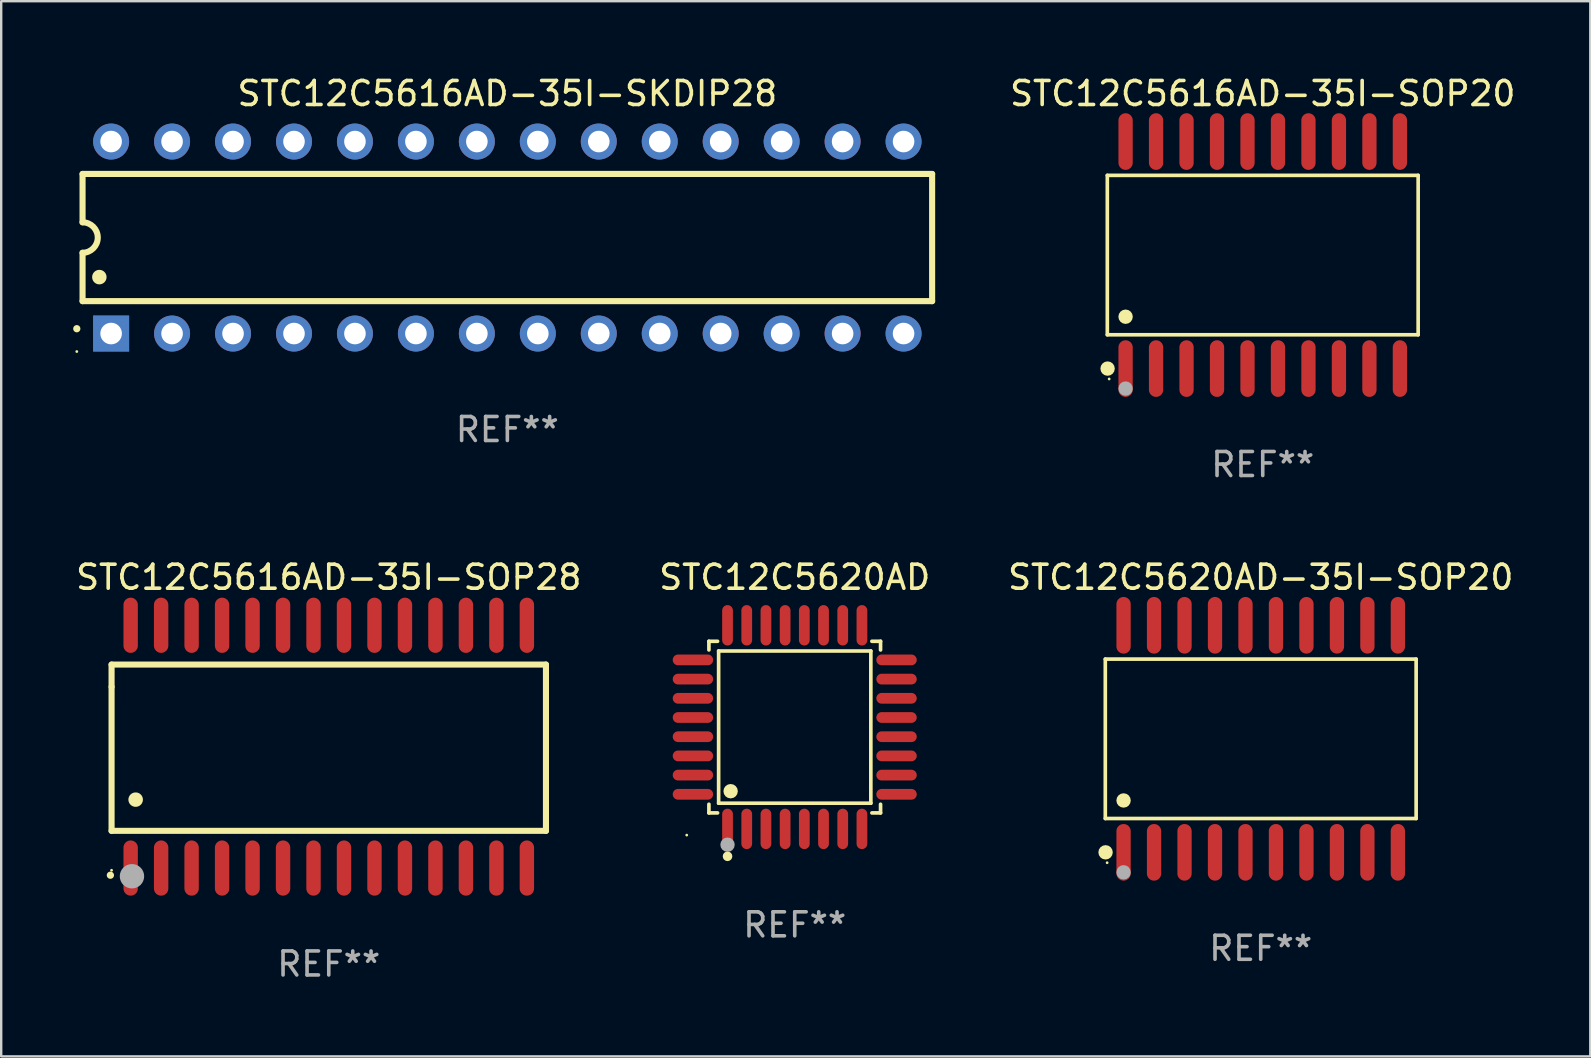
<source format=kicad_pcb>
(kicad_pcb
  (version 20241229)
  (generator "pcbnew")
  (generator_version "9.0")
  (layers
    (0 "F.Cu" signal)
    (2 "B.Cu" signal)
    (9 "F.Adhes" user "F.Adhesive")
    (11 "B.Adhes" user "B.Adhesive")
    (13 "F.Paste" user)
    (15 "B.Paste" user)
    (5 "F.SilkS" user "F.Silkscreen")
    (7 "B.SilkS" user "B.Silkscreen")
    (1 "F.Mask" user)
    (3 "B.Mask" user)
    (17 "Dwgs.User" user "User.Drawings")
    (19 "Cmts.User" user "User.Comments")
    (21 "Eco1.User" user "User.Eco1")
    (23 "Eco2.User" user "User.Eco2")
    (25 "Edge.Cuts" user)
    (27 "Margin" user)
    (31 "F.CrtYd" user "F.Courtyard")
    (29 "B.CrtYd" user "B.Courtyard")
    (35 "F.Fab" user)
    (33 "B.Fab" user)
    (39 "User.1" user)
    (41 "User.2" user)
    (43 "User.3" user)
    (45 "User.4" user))
  (footprint "STC12C5616AD-35I-SKDIP28"
    (layer "F.Cu")
    (at 18.09 6.848)
    (property "Reference" "STC12C5616AD-35I-SKDIP28" (at 0 -6 0) (layer "F.SilkS") (effects (font (size 1 1) (thickness 0.15))))
    (attr through_hole)
    (fp_line (start -17.7 -2.65) (end 17.7 -2.65) (stroke (width 0.254) (type solid)) (layer "F.SilkS"))
    (fp_line (start -17.7 -0.635) (end -17.7 -2.65) (stroke (width 0.254) (type solid)) (layer "F.SilkS"))
    (fp_line (start -17.7 2.65) (end -17.7 0.635) (stroke (width 0.254) (type solid)) (layer "F.SilkS"))
    (fp_line (start 17.7 -2.65) (end 17.7 2.65) (stroke (width 0.254) (type solid)) (layer "F.SilkS"))
    (fp_line (start 17.7 2.65) (end -17.7 2.65) (stroke (width 0.254) (type solid)) (layer "F.SilkS"))
    (fp_arc (start -17.940056 3.799848) (mid -17.940061 3.798578) (end -17.940056 3.797308) (stroke (width 0.3) (type solid)) (layer "F.SilkS"))
    (fp_arc (start -17.701295 -0.635001) (mid -17.066294 0) (end -17.701295 0.635001) (stroke (width 0.254001) (type solid)) (layer "F.SilkS"))
    (fp_arc (start -17.000254 1.651003) (mid -17.000265 1.648463) (end -17.000254 1.645923) (stroke (width 0.6) (type solid)) (layer "F.SilkS"))
    (fp_circle (center -17.94 4.75) (end -17.91 4.75) (stroke (width 0.06) (type solid)) (fill no) (layer "F.SilkS"))
    (fp_text user "REF**" (at 0 8 0) (layer "F.Fab") (effects (font (size 1 1) (thickness 0.15))))
    (pad "1" thru_hole rect (at -16.51 4 90) (size 1.5 1.5) (drill 0.9) (layers "*.Cu" "*.Mask"))
    (pad "2" thru_hole circle (at -13.97 4) (size 1.5 1.5) (drill 0.9) (layers "*.Cu" "*.Mask"))
    (pad "3" thru_hole circle (at -11.43 4) (size 1.5 1.5) (drill 0.9) (layers "*.Cu" "*.Mask"))
    (pad "4" thru_hole circle (at -8.89 4) (size 1.5 1.5) (drill 0.9) (layers "*.Cu" "*.Mask"))
    (pad "5" thru_hole circle (at -6.35 4) (size 1.5 1.5) (drill 0.9) (layers "*.Cu" "*.Mask"))
    (pad "6" thru_hole circle (at -3.81 4) (size 1.5 1.5) (drill 0.9) (layers "*.Cu" "*.Mask"))
    (pad "7" thru_hole circle (at -1.27 4) (size 1.5 1.5) (drill 0.9) (layers "*.Cu" "*.Mask"))
    (pad "8" thru_hole circle (at 1.27 4) (size 1.5 1.5) (drill 0.9) (layers "*.Cu" "*.Mask"))
    (pad "9" thru_hole circle (at 3.81 4) (size 1.5 1.5) (drill 0.9) (layers "*.Cu" "*.Mask"))
    (pad "10" thru_hole circle (at 6.35 4) (size 1.5 1.5) (drill 0.9) (layers "*.Cu" "*.Mask"))
    (pad "11" thru_hole circle (at 8.89 4) (size 1.5 1.5) (drill 0.9) (layers "*.Cu" "*.Mask"))
    (pad "12" thru_hole circle (at 11.43 4) (size 1.5 1.5) (drill 0.9) (layers "*.Cu" "*.Mask"))
    (pad "13" thru_hole circle (at 13.97 4) (size 1.5 1.5) (drill 0.9) (layers "*.Cu" "*.Mask"))
    (pad "14" thru_hole circle (at 16.51 4) (size 1.5 1.5) (drill 0.9) (layers "*.Cu" "*.Mask"))
    (pad "15" thru_hole circle (at 16.51 -4) (size 1.5 1.5) (drill 0.9) (layers "*.Cu" "*.Mask"))
    (pad "16" thru_hole circle (at 13.97 -4) (size 1.5 1.5) (drill 0.9) (layers "*.Cu" "*.Mask"))
    (pad "17" thru_hole circle (at 11.43 -4) (size 1.5 1.5) (drill 0.9) (layers "*.Cu" "*.Mask"))
    (pad "18" thru_hole circle (at 8.89 -4) (size 1.5 1.5) (drill 0.9) (layers "*.Cu" "*.Mask"))
    (pad "19" thru_hole circle (at 6.35 -4) (size 1.5 1.5) (drill 0.9) (layers "*.Cu" "*.Mask"))
    (pad "20" thru_hole circle (at 3.81 -4) (size 1.5 1.5) (drill 0.9) (layers "*.Cu" "*.Mask"))
    (pad "21" thru_hole circle (at 1.27 -4) (size 1.5 1.5) (drill 0.9) (layers "*.Cu" "*.Mask"))
    (pad "22" thru_hole circle (at -1.27 -4) (size 1.5 1.5) (drill 0.9) (layers "*.Cu" "*.Mask"))
    (pad "23" thru_hole circle (at -3.81 -4) (size 1.5 1.5) (drill 0.9) (layers "*.Cu" "*.Mask"))
    (pad "24" thru_hole circle (at -6.35 -4) (size 1.5 1.5) (drill 0.9) (layers "*.Cu" "*.Mask"))
    (pad "25" thru_hole circle (at -8.89 -4) (size 1.5 1.5) (drill 0.9) (layers "*.Cu" "*.Mask"))
    (pad "26" thru_hole circle (at -11.43 -4) (size 1.5 1.5) (drill 0.9) (layers "*.Cu" "*.Mask"))
    (pad "27" thru_hole circle (at -13.97 -4) (size 1.5 1.5) (drill 0.9) (layers "*.Cu" "*.Mask"))
    (pad "28" thru_hole circle (at -16.51 -4) (size 1.5 1.5) (drill 0.9) (layers "*.Cu" "*.Mask")))
  (footprint "STC12C5620AD"
    (layer "F.Cu")
    (at 30.065 27.247)
    (property "Reference" "STC12C5620AD" (at 0 -6.242 0) (layer "F.SilkS") (effects (font (size 1 1) (thickness 0.15))))
    (attr through_hole)
    (fp_line (start -3.576 -3.576) (end -3.215 -3.576) (stroke (width 0.152) (type solid)) (layer "F.SilkS"))
    (fp_line (start -3.576 -3.215) (end -3.576 -3.576) (stroke (width 0.152) (type solid)) (layer "F.SilkS"))
    (fp_line (start -3.576 3.215) (end -3.576 3.576) (stroke (width 0.152) (type solid)) (layer "F.SilkS"))
    (fp_line (start -3.576 3.576) (end -3.215 3.576) (stroke (width 0.152) (type solid)) (layer "F.SilkS"))
    (fp_line (start -3.171 -3.171) (end 3.171 -3.171) (stroke (width 0.152) (type solid)) (layer "F.SilkS"))
    (fp_line (start -3.171 3.171) (end -3.171 -3.171) (stroke (width 0.152) (type solid)) (layer "F.SilkS"))
    (fp_line (start 3.171 -3.171) (end 3.171 3.171) (stroke (width 0.152) (type solid)) (layer "F.SilkS"))
    (fp_line (start 3.171 3.171) (end -3.171 3.171) (stroke (width 0.152) (type solid)) (layer "F.SilkS"))
    (fp_line (start 3.576 -3.576) (end 3.215 -3.576) (stroke (width 0.152) (type solid)) (layer "F.SilkS"))
    (fp_line (start 3.576 -3.215) (end 3.576 -3.576) (stroke (width 0.152) (type solid)) (layer "F.SilkS"))
    (fp_line (start 3.576 3.215) (end 3.576 3.576) (stroke (width 0.152) (type solid)) (layer "F.SilkS"))
    (fp_line (start 3.576 3.576) (end 3.215 3.576) (stroke (width 0.152) (type solid)) (layer "F.SilkS"))
    (fp_circle (center -4.5 4.5) (end -4.47 4.5) (stroke (width 0.06) (type solid)) (fill no) (layer "F.SilkS"))
    (fp_circle (center -2.8 5.384) (end -2.7 5.384) (stroke (width 0.2) (type solid)) (fill no) (layer "F.SilkS"))
    (fp_circle (center -2.671 2.671) (end -2.521 2.671) (stroke (width 0.3) (type solid)) (fill no) (layer "F.SilkS"))
    (fp_circle (center -2.8 4.9) (end -2.65 4.9) (stroke (width 0.3) (type solid)) (fill no) (layer "F.Fab"))
    (fp_text user "REF**" (at 0 8.242 0) (layer "F.Fab") (effects (font (size 1 1) (thickness 0.15))))
    (pad "1" smd oval (at -2.8 4.242) (size 0.448 1.684) (layers "F.Cu" "F.Mask" "F.Paste"))
    (pad "2" smd oval (at -2 4.242) (size 0.448 1.684) (layers "F.Cu" "F.Mask" "F.Paste"))
    (pad "3" smd oval (at -1.2 4.242) (size 0.448 1.684) (layers "F.Cu" "F.Mask" "F.Paste"))
    (pad "4" smd oval (at -0.4 4.242) (size 0.448 1.684) (layers "F.Cu" "F.Mask" "F.Paste"))
    (pad "5" smd oval (at 0.4 4.242) (size 0.448 1.684) (layers "F.Cu" "F.Mask" "F.Paste"))
    (pad "6" smd oval (at 1.2 4.242) (size 0.448 1.684) (layers "F.Cu" "F.Mask" "F.Paste"))
    (pad "7" smd oval (at 2 4.242) (size 0.448 1.684) (layers "F.Cu" "F.Mask" "F.Paste"))
    (pad "8" smd oval (at 2.8 4.242) (size 0.448 1.684) (layers "F.Cu" "F.Mask" "F.Paste"))
    (pad "9" smd oval (at 4.242 2.8) (size 1.684 0.448) (layers "F.Cu" "F.Mask" "F.Paste"))
    (pad "10" smd oval (at 4.242 2) (size 1.684 0.448) (layers "F.Cu" "F.Mask" "F.Paste"))
    (pad "11" smd oval (at 4.242 1.2) (size 1.684 0.448) (layers "F.Cu" "F.Mask" "F.Paste"))
    (pad "12" smd oval (at 4.242 0.4) (size 1.684 0.448) (layers "F.Cu" "F.Mask" "F.Paste"))
    (pad "13" smd oval (at 4.242 -0.4) (size 1.684 0.448) (layers "F.Cu" "F.Mask" "F.Paste"))
    (pad "14" smd oval (at 4.242 -1.2) (size 1.684 0.448) (layers "F.Cu" "F.Mask" "F.Paste"))
    (pad "15" smd oval (at 4.242 -2) (size 1.684 0.448) (layers "F.Cu" "F.Mask" "F.Paste"))
    (pad "16" smd oval (at 4.242 -2.8) (size 1.684 0.448) (layers "F.Cu" "F.Mask" "F.Paste"))
    (pad "17" smd oval (at 2.8 -4.242) (size 0.448 1.684) (layers "F.Cu" "F.Mask" "F.Paste"))
    (pad "18" smd oval (at 2 -4.242) (size 0.448 1.684) (layers "F.Cu" "F.Mask" "F.Paste"))
    (pad "19" smd oval (at 1.2 -4.242) (size 0.448 1.684) (layers "F.Cu" "F.Mask" "F.Paste"))
    (pad "20" smd oval (at 0.4 -4.242) (size 0.448 1.684) (layers "F.Cu" "F.Mask" "F.Paste"))
    (pad "21" smd oval (at -0.4 -4.242) (size 0.448 1.684) (layers "F.Cu" "F.Mask" "F.Paste"))
    (pad "22" smd oval (at -1.2 -4.242) (size 0.448 1.684) (layers "F.Cu" "F.Mask" "F.Paste"))
    (pad "23" smd oval (at -2 -4.242) (size 0.448 1.684) (layers "F.Cu" "F.Mask" "F.Paste"))
    (pad "24" smd oval (at -2.8 -4.242) (size 0.448 1.684) (layers "F.Cu" "F.Mask" "F.Paste"))
    (pad "25" smd oval (at -4.242 -2.8) (size 1.684 0.448) (layers "F.Cu" "F.Mask" "F.Paste"))
    (pad "26" smd oval (at -4.242 -2) (size 1.684 0.448) (layers "F.Cu" "F.Mask" "F.Paste"))
    (pad "27" smd oval (at -4.242 -1.2) (size 1.684 0.448) (layers "F.Cu" "F.Mask" "F.Paste"))
    (pad "28" smd oval (at -4.242 -0.4) (size 1.684 0.448) (layers "F.Cu" "F.Mask" "F.Paste"))
    (pad "29" smd oval (at -4.242 0.4) (size 1.684 0.448) (layers "F.Cu" "F.Mask" "F.Paste"))
    (pad "30" smd oval (at -4.242 1.2) (size 1.684 0.448) (layers "F.Cu" "F.Mask" "F.Paste"))
    (pad "31" smd oval (at -4.242 2) (size 1.684 0.448) (layers "F.Cu" "F.Mask" "F.Paste"))
    (pad "32" smd oval (at -4.242 2.8) (size 1.684 0.448) (layers "F.Cu" "F.Mask" "F.Paste")))
  (footprint "STC12C5616AD-35I-SOP28"
    (layer "F.Cu")
    (at 10.649 28.062)
    (property "Reference" "STC12C5616AD-35I-SOP28" (at 0 -7.058 0) (layer "F.SilkS") (effects (font (size 1 1) (thickness 0.15))))
    (attr through_hole)
    (fp_line (start -9.05 -3.42) (end 9.05 -3.42) (stroke (width 0.254) (type solid)) (layer "F.SilkS"))
    (fp_line (start -9.05 -2.492) (end -9.05 -3.42) (stroke (width 0.254) (type solid)) (layer "F.SilkS"))
    (fp_line (start -9.05 3.508) (end -9.05 -2.492) (stroke (width 0.254) (type solid)) (layer "F.SilkS"))
    (fp_line (start 9.05 -3.42) (end 9.05 3.508) (stroke (width 0.254) (type solid)) (layer "F.SilkS"))
    (fp_line (start 9.05 3.508) (end -9.05 3.508) (stroke (width 0.254) (type solid)) (layer "F.SilkS"))
    (fp_arc (start -9.100838 5.35649) (mid -9.099568 5.356485) (end -9.098298 5.35649) (stroke (width 0.3) (type solid)) (layer "F.SilkS"))
    (fp_arc (start -8.049276 2.206883) (mid -8.046736 2.206872) (end -8.044196 2.206883) (stroke (width 0.6) (type solid)) (layer "F.SilkS"))
    (fp_circle (center -9.05 5.15) (end -9.02 5.15) (stroke (width 0.06) (type solid)) (fill no) (layer "F.SilkS"))
    (fp_circle (center -8.2 5.4) (end -7.946 5.4) (stroke (width 0.508) (type solid)) (fill no) (layer "F.Fab"))
    (fp_text user "REF**" (at 0 9.058 0) (layer "F.Fab") (effects (font (size 1 1) (thickness 0.15))))
    (pad "1" smd oval (at -8.255 5.058 180) (size 0.6 2.3) (layers "F.Cu" "F.Mask" "F.Paste"))
    (pad "2" smd oval (at -6.985 5.058 180) (size 0.6 2.3) (layers "F.Cu" "F.Mask" "F.Paste"))
    (pad "3" smd oval (at -5.715 5.058 180) (size 0.6 2.3) (layers "F.Cu" "F.Mask" "F.Paste"))
    (pad "4" smd oval (at -4.445 5.058 180) (size 0.6 2.3) (layers "F.Cu" "F.Mask" "F.Paste"))
    (pad "5" smd oval (at -3.175 5.058 180) (size 0.6 2.3) (layers "F.Cu" "F.Mask" "F.Paste"))
    (pad "6" smd oval (at -1.905 5.058 180) (size 0.6 2.3) (layers "F.Cu" "F.Mask" "F.Paste"))
    (pad "7" smd oval (at -0.635 5.058 180) (size 0.6 2.3) (layers "F.Cu" "F.Mask" "F.Paste"))
    (pad "8" smd oval (at 0.635 5.058 180) (size 0.6 2.3) (layers "F.Cu" "F.Mask" "F.Paste"))
    (pad "9" smd oval (at 1.905 5.058 180) (size 0.6 2.3) (layers "F.Cu" "F.Mask" "F.Paste"))
    (pad "10" smd oval (at 3.175 5.058 180) (size 0.6 2.3) (layers "F.Cu" "F.Mask" "F.Paste"))
    (pad "11" smd oval (at 4.445 5.058 180) (size 0.6 2.3) (layers "F.Cu" "F.Mask" "F.Paste"))
    (pad "12" smd oval (at 5.715 5.058 180) (size 0.6 2.3) (layers "F.Cu" "F.Mask" "F.Paste"))
    (pad "13" smd oval (at 6.985 5.058 180) (size 0.6 2.3) (layers "F.Cu" "F.Mask" "F.Paste"))
    (pad "14" smd oval (at 8.255 5.058 180) (size 0.6 2.3) (layers "F.Cu" "F.Mask" "F.Paste"))
    (pad "15" smd oval (at 8.255 -5.058 180) (size 0.6 2.3) (layers "F.Cu" "F.Mask" "F.Paste"))
    (pad "16" smd oval (at 6.985 -5.058 180) (size 0.6 2.3) (layers "F.Cu" "F.Mask" "F.Paste"))
    (pad "17" smd oval (at 5.715 -5.058 180) (size 0.6 2.3) (layers "F.Cu" "F.Mask" "F.Paste"))
    (pad "18" smd oval (at 4.445 -5.058 180) (size 0.6 2.3) (layers "F.Cu" "F.Mask" "F.Paste"))
    (pad "19" smd oval (at 3.175 -5.058 180) (size 0.6 2.3) (layers "F.Cu" "F.Mask" "F.Paste"))
    (pad "20" smd oval (at 1.905 -5.058 180) (size 0.6 2.3) (layers "F.Cu" "F.Mask" "F.Paste"))
    (pad "21" smd oval (at 0.635 -5.058 180) (size 0.6 2.3) (layers "F.Cu" "F.Mask" "F.Paste"))
    (pad "22" smd oval (at -0.635 -5.058 180) (size 0.6 2.3) (layers "F.Cu" "F.Mask" "F.Paste"))
    (pad "23" smd oval (at -1.905 -5.058 180) (size 0.6 2.3) (layers "F.Cu" "F.Mask" "F.Paste"))
    (pad "24" smd oval (at -3.175 -5.058 180) (size 0.6 2.3) (layers "F.Cu" "F.Mask" "F.Paste"))
    (pad "25" smd oval (at -4.445 -5.058 180) (size 0.6 2.3) (layers "F.Cu" "F.Mask" "F.Paste"))
    (pad "26" smd oval (at -5.715 -5.058 180) (size 0.6 2.3) (layers "F.Cu" "F.Mask" "F.Paste"))
    (pad "27" smd oval (at -6.985 -5.058 180) (size 0.6 2.3) (layers "F.Cu" "F.Mask" "F.Paste"))
    (pad "28" smd oval (at -8.255 -5.058 180) (size 0.6 2.3) (layers "F.Cu" "F.Mask" "F.Paste")))
  (footprint "STC12C5616AD-35I-SOP20"
    (layer "F.Cu")
    (at 49.566 7.578)
    (property "Reference" "STC12C5616AD-35I-SOP20" (at 0 -6.73 0) (layer "F.SilkS") (effects (font (size 1 1) (thickness 0.15))))
    (attr through_hole)
    (fp_line (start -6.476 -3.321) (end 6.476 -3.321) (stroke (width 0.152) (type solid)) (layer "F.SilkS"))
    (fp_line (start -6.476 3.321) (end -6.476 -3.321) (stroke (width 0.152) (type solid)) (layer "F.SilkS"))
    (fp_line (start 6.476 -3.321) (end 6.476 3.321) (stroke (width 0.152) (type solid)) (layer "F.SilkS"))
    (fp_line (start 6.476 3.321) (end -6.476 3.321) (stroke (width 0.152) (type solid)) (layer "F.SilkS"))
    (fp_circle (center -6.465 4.73) (end -6.315 4.73) (stroke (width 0.3) (type solid)) (fill no) (layer "F.SilkS"))
    (fp_circle (center -6.4 5.163) (end -6.37 5.163) (stroke (width 0.06) (type solid)) (fill no) (layer "F.SilkS"))
    (fp_circle (center -5.715 2.569) (end -5.565 2.569) (stroke (width 0.3) (type solid)) (fill no) (layer "F.SilkS"))
    (fp_circle (center -5.715 5.563) (end -5.565 5.563) (stroke (width 0.3) (type solid)) (fill no) (layer "F.Fab"))
    (fp_text user "REF**" (at 0 8.73 0) (layer "F.Fab") (effects (font (size 1 1) (thickness 0.15))))
    (pad "1" smd oval (at -5.715 4.73) (size 0.595 2.36) (layers "F.Cu" "F.Mask" "F.Paste"))
    (pad "2" smd oval (at -4.445 4.73) (size 0.595 2.36) (layers "F.Cu" "F.Mask" "F.Paste"))
    (pad "3" smd oval (at -3.175 4.73) (size 0.595 2.36) (layers "F.Cu" "F.Mask" "F.Paste"))
    (pad "4" smd oval (at -1.905 4.73) (size 0.595 2.36) (layers "F.Cu" "F.Mask" "F.Paste"))
    (pad "5" smd oval (at -0.635 4.73) (size 0.595 2.36) (layers "F.Cu" "F.Mask" "F.Paste"))
    (pad "6" smd oval (at 0.635 4.73) (size 0.595 2.36) (layers "F.Cu" "F.Mask" "F.Paste"))
    (pad "7" smd oval (at 1.905 4.73) (size 0.595 2.36) (layers "F.Cu" "F.Mask" "F.Paste"))
    (pad "8" smd oval (at 3.175 4.73) (size 0.595 2.36) (layers "F.Cu" "F.Mask" "F.Paste"))
    (pad "9" smd oval (at 4.445 4.73) (size 0.595 2.36) (layers "F.Cu" "F.Mask" "F.Paste"))
    (pad "10" smd oval (at 5.715 4.73) (size 0.595 2.36) (layers "F.Cu" "F.Mask" "F.Paste"))
    (pad "11" smd oval (at 5.715 -4.73) (size 0.595 2.36) (layers "F.Cu" "F.Mask" "F.Paste"))
    (pad "12" smd oval (at 4.445 -4.73) (size 0.595 2.36) (layers "F.Cu" "F.Mask" "F.Paste"))
    (pad "13" smd oval (at 3.175 -4.73) (size 0.595 2.36) (layers "F.Cu" "F.Mask" "F.Paste"))
    (pad "14" smd oval (at 1.905 -4.73) (size 0.595 2.36) (layers "F.Cu" "F.Mask" "F.Paste"))
    (pad "15" smd oval (at 0.635 -4.73) (size 0.595 2.36) (layers "F.Cu" "F.Mask" "F.Paste"))
    (pad "16" smd oval (at -0.635 -4.73) (size 0.595 2.36) (layers "F.Cu" "F.Mask" "F.Paste"))
    (pad "17" smd oval (at -1.905 -4.73) (size 0.595 2.36) (layers "F.Cu" "F.Mask" "F.Paste"))
    (pad "18" smd oval (at -3.175 -4.73) (size 0.595 2.36) (layers "F.Cu" "F.Mask" "F.Paste"))
    (pad "19" smd oval (at -4.445 -4.73) (size 0.595 2.36) (layers "F.Cu" "F.Mask" "F.Paste"))
    (pad "20" smd oval (at -5.715 -4.73) (size 0.595 2.36) (layers "F.Cu" "F.Mask" "F.Paste")))
  (footprint "STC12C5620AD-35I-SOP20"
    (layer "F.Cu")
    (at 49.482 27.735)
    (property "Reference" "STC12C5620AD-35I-SOP20" (at 0 -6.73 0) (layer "F.SilkS") (effects (font (size 1 1) (thickness 0.15))))
    (attr through_hole)
    (fp_line (start -6.476 -3.321) (end 6.476 -3.321) (stroke (width 0.152) (type solid)) (layer "F.SilkS"))
    (fp_line (start -6.476 3.321) (end -6.476 -3.321) (stroke (width 0.152) (type solid)) (layer "F.SilkS"))
    (fp_line (start 6.476 -3.321) (end 6.476 3.321) (stroke (width 0.152) (type solid)) (layer "F.SilkS"))
    (fp_line (start 6.476 3.321) (end -6.476 3.321) (stroke (width 0.152) (type solid)) (layer "F.SilkS"))
    (fp_circle (center -6.465 4.73) (end -6.315 4.73) (stroke (width 0.3) (type solid)) (fill no) (layer "F.SilkS"))
    (fp_circle (center -6.4 5.163) (end -6.37 5.163) (stroke (width 0.06) (type solid)) (fill no) (layer "F.SilkS"))
    (fp_circle (center -5.715 2.569) (end -5.565 2.569) (stroke (width 0.3) (type solid)) (fill no) (layer "F.SilkS"))
    (fp_circle (center -5.715 5.563) (end -5.565 5.563) (stroke (width 0.3) (type solid)) (fill no) (layer "F.Fab"))
    (fp_text user "REF**" (at 0 8.73 0) (layer "F.Fab") (effects (font (size 1 1) (thickness 0.15))))
    (pad "1" smd oval (at -5.715 4.73) (size 0.595 2.36) (layers "F.Cu" "F.Mask" "F.Paste"))
    (pad "2" smd oval (at -4.445 4.73) (size 0.595 2.36) (layers "F.Cu" "F.Mask" "F.Paste"))
    (pad "3" smd oval (at -3.175 4.73) (size 0.595 2.36) (layers "F.Cu" "F.Mask" "F.Paste"))
    (pad "4" smd oval (at -1.905 4.73) (size 0.595 2.36) (layers "F.Cu" "F.Mask" "F.Paste"))
    (pad "5" smd oval (at -0.635 4.73) (size 0.595 2.36) (layers "F.Cu" "F.Mask" "F.Paste"))
    (pad "6" smd oval (at 0.635 4.73) (size 0.595 2.36) (layers "F.Cu" "F.Mask" "F.Paste"))
    (pad "7" smd oval (at 1.905 4.73) (size 0.595 2.36) (layers "F.Cu" "F.Mask" "F.Paste"))
    (pad "8" smd oval (at 3.175 4.73) (size 0.595 2.36) (layers "F.Cu" "F.Mask" "F.Paste"))
    (pad "9" smd oval (at 4.445 4.73) (size 0.595 2.36) (layers "F.Cu" "F.Mask" "F.Paste"))
    (pad "10" smd oval (at 5.715 4.73) (size 0.595 2.36) (layers "F.Cu" "F.Mask" "F.Paste"))
    (pad "11" smd oval (at 5.715 -4.73) (size 0.595 2.36) (layers "F.Cu" "F.Mask" "F.Paste"))
    (pad "12" smd oval (at 4.445 -4.73) (size 0.595 2.36) (layers "F.Cu" "F.Mask" "F.Paste"))
    (pad "13" smd oval (at 3.175 -4.73) (size 0.595 2.36) (layers "F.Cu" "F.Mask" "F.Paste"))
    (pad "14" smd oval (at 1.905 -4.73) (size 0.595 2.36) (layers "F.Cu" "F.Mask" "F.Paste"))
    (pad "15" smd oval (at 0.635 -4.73) (size 0.595 2.36) (layers "F.Cu" "F.Mask" "F.Paste"))
    (pad "16" smd oval (at -0.635 -4.73) (size 0.595 2.36) (layers "F.Cu" "F.Mask" "F.Paste"))
    (pad "17" smd oval (at -1.905 -4.73) (size 0.595 2.36) (layers "F.Cu" "F.Mask" "F.Paste"))
    (pad "18" smd oval (at -3.175 -4.73) (size 0.595 2.36) (layers "F.Cu" "F.Mask" "F.Paste"))
    (pad "19" smd oval (at -4.445 -4.73) (size 0.595 2.36) (layers "F.Cu" "F.Mask" "F.Paste"))
    (pad "20" smd oval (at -5.715 -4.73) (size 0.595 2.36) (layers "F.Cu" "F.Mask" "F.Paste")))
  (gr_rect
    (start -3 -3)
    (end 63.215 40.968)
    (stroke (width 0.1) (type default))
    (fill no)
    (layer "Edge.Cuts")))
</source>
